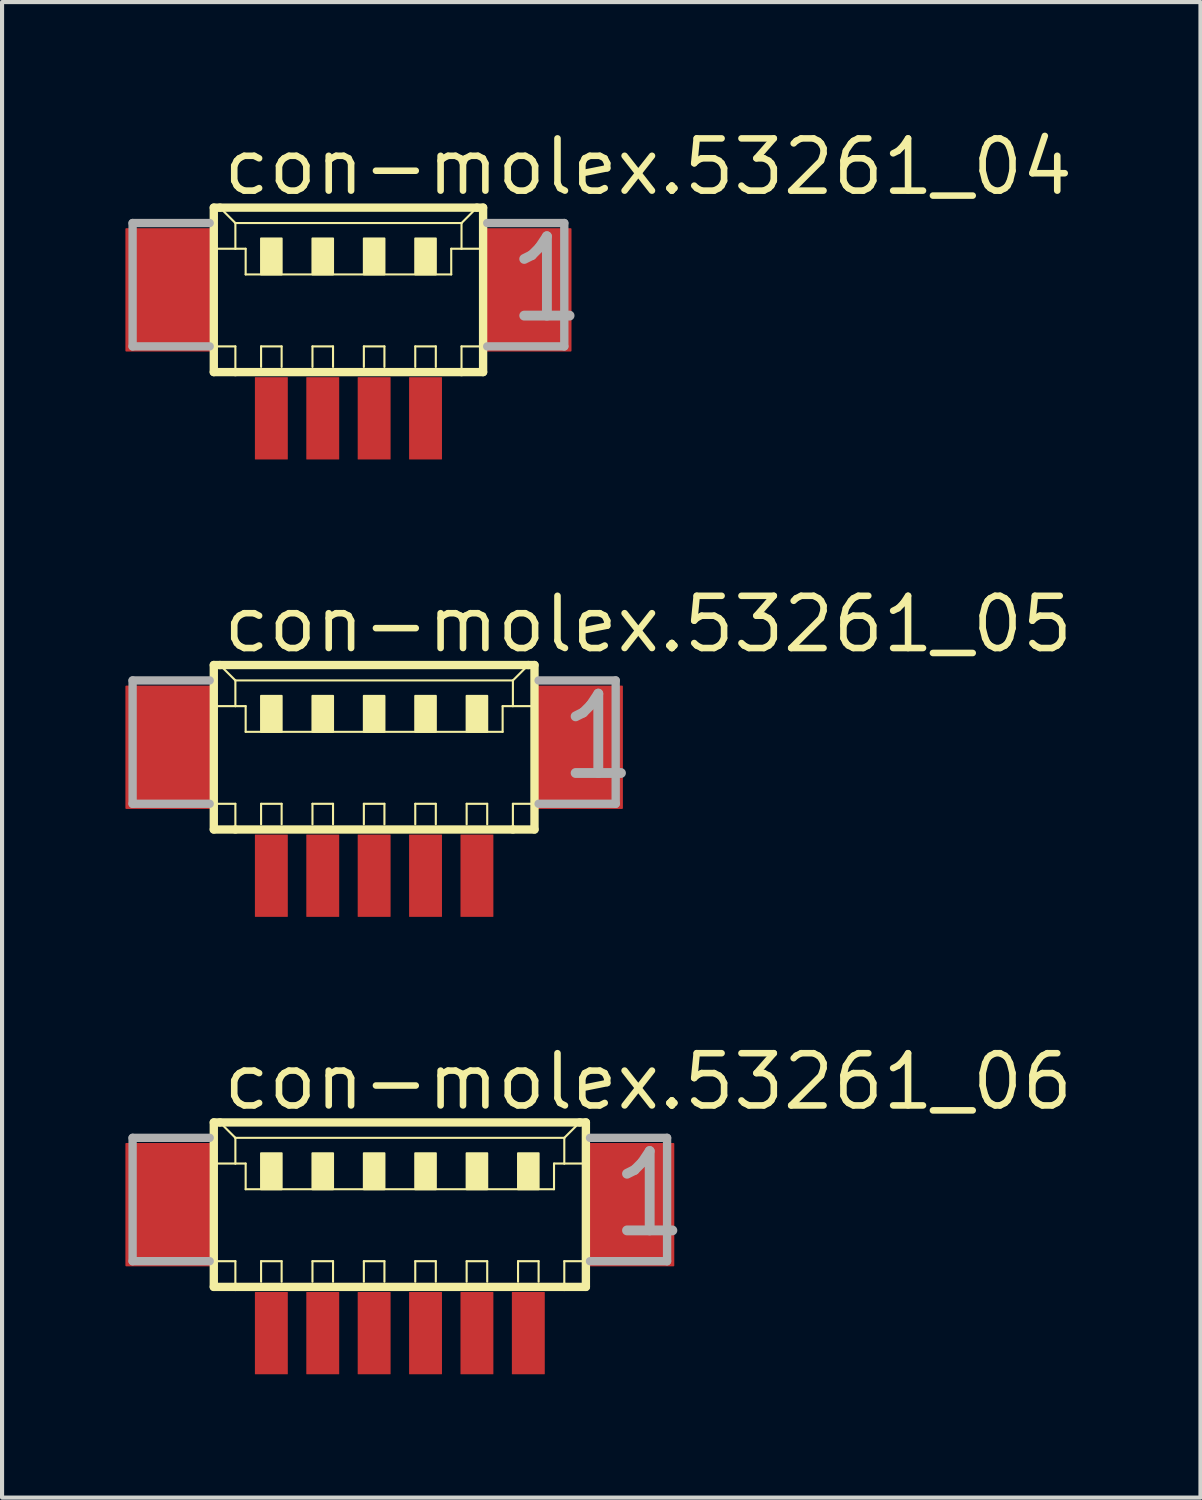
<source format=kicad_pcb>
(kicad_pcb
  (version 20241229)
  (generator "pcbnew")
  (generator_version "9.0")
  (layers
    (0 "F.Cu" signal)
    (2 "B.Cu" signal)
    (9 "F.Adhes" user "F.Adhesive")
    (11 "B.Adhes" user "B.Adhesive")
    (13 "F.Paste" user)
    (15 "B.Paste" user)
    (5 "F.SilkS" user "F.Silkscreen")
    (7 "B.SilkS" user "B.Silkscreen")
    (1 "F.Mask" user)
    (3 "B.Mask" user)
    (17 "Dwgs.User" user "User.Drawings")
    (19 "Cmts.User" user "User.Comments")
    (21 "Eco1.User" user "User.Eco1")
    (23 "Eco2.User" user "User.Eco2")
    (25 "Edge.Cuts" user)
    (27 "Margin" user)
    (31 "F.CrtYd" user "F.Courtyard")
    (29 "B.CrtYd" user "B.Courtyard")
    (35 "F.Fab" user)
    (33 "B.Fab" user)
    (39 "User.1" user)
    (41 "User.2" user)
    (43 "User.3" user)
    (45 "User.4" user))
  (footprint "con-molex.53261_04"
    (layer "F.Cu")
    (at 5.425 4.625)
    (property "Reference" "con-molex.53261_04" (at -3.125 -2.875 0) (layer "F.SilkS") (effects (font (size 1.27 1.27) (thickness 0.16)) (justify left bottom)))
    (attr smd)
    (fp_line (start -3.275 -2.625) (end -3.275 1.375) (stroke (width 0.203) (type default)) (layer "F.SilkS"))
    (fp_line (start -3.275 1.375) (end -2.75 1.375) (stroke (width 0.203) (type default)) (layer "F.SilkS"))
    (fp_line (start -3.25 -1.625) (end -2.75 -1.625) (stroke (width 0.051) (type default)) (layer "F.SilkS"))
    (fp_line (start -3.25 0.75) (end -2.75 0.75) (stroke (width 0.051) (type default)) (layer "F.SilkS"))
    (fp_line (start -3.125 -2.625) (end -3.275 -2.625) (stroke (width 0.203) (type default)) (layer "F.SilkS"))
    (fp_line (start -2.75 -2.25) (end -3.125 -2.625) (stroke (width 0.051) (type default)) (layer "F.SilkS"))
    (fp_line (start -2.75 -2.25) (end 2.75 -2.25) (stroke (width 0.051) (type default)) (layer "F.SilkS"))
    (fp_line (start -2.75 -1.625) (end -2.75 -2.25) (stroke (width 0.051) (type default)) (layer "F.SilkS"))
    (fp_line (start -2.75 -1.625) (end -2.5 -1.625) (stroke (width 0.051) (type default)) (layer "F.SilkS"))
    (fp_line (start -2.75 0.75) (end -2.75 1.375) (stroke (width 0.051) (type default)) (layer "F.SilkS"))
    (fp_line (start -2.75 1.375) (end 2.75 1.375) (stroke (width 0.203) (type default)) (layer "F.SilkS"))
    (fp_line (start -2.5 -1.625) (end -2.5 -1) (stroke (width 0.051) (type default)) (layer "F.SilkS"))
    (fp_line (start -2.5 -1) (end 2.5 -1) (stroke (width 0.051) (type default)) (layer "F.SilkS"))
    (fp_line (start -2.125 0.75) (end -1.625 0.75) (stroke (width 0.051) (type default)) (layer "F.SilkS"))
    (fp_line (start -2.125 1.25) (end -2.125 0.75) (stroke (width 0.051) (type default)) (layer "F.SilkS"))
    (fp_line (start -1.625 0.75) (end -1.625 1.25) (stroke (width 0.051) (type default)) (layer "F.SilkS"))
    (fp_line (start -0.875 0.75) (end -0.375 0.75) (stroke (width 0.051) (type default)) (layer "F.SilkS"))
    (fp_line (start -0.875 1.25) (end -0.875 0.75) (stroke (width 0.051) (type default)) (layer "F.SilkS"))
    (fp_line (start -0.375 0.75) (end -0.375 1.25) (stroke (width 0.051) (type default)) (layer "F.SilkS"))
    (fp_line (start 0.375 0.75) (end 0.875 0.75) (stroke (width 0.051) (type default)) (layer "F.SilkS"))
    (fp_line (start 0.375 1.25) (end 0.375 0.75) (stroke (width 0.051) (type default)) (layer "F.SilkS"))
    (fp_line (start 0.875 0.75) (end 0.875 1.25) (stroke (width 0.051) (type default)) (layer "F.SilkS"))
    (fp_line (start 1.625 0.75) (end 2.125 0.75) (stroke (width 0.051) (type default)) (layer "F.SilkS"))
    (fp_line (start 1.625 1.25) (end 1.625 0.75) (stroke (width 0.051) (type default)) (layer "F.SilkS"))
    (fp_line (start 2.125 0.75) (end 2.125 1.25) (stroke (width 0.051) (type default)) (layer "F.SilkS"))
    (fp_line (start 2.5 -1.625) (end 2.5 -1) (stroke (width 0.051) (type default)) (layer "F.SilkS"))
    (fp_line (start 2.5 -1.625) (end 2.75 -1.625) (stroke (width 0.051) (type default)) (layer "F.SilkS"))
    (fp_line (start 2.75 -2.25) (end 2.75 -1.625) (stroke (width 0.051) (type default)) (layer "F.SilkS"))
    (fp_line (start 2.75 -2.25) (end 3.125 -2.625) (stroke (width 0.051) (type default)) (layer "F.SilkS"))
    (fp_line (start 2.75 -1.625) (end 3.25 -1.625) (stroke (width 0.051) (type default)) (layer "F.SilkS"))
    (fp_line (start 2.75 0.75) (end 2.75 1.375) (stroke (width 0.051) (type default)) (layer "F.SilkS"))
    (fp_line (start 2.75 0.75) (end 3.25 0.75) (stroke (width 0.051) (type default)) (layer "F.SilkS"))
    (fp_line (start 2.75 1.375) (end 3.275 1.375) (stroke (width 0.203) (type default)) (layer "F.SilkS"))
    (fp_line (start 3.125 -2.625) (end -3.125 -2.625) (stroke (width 0.203) (type default)) (layer "F.SilkS"))
    (fp_line (start 3.275 -2.625) (end 3.125 -2.625) (stroke (width 0.203) (type default)) (layer "F.SilkS"))
    (fp_line (start 3.275 1.375) (end 3.275 -2.625) (stroke (width 0.203) (type default)) (layer "F.SilkS"))
    (fp_rect (start -2.125 -1) (end -1.625 -1.875) (stroke (width 0.05) (type default)) (fill yes) (layer "F.SilkS"))
    (fp_rect (start -0.875 -1) (end -0.375 -1.875) (stroke (width 0.05) (type default)) (fill yes) (layer "F.SilkS"))
    (fp_rect (start 0.375 -1) (end 0.875 -1.875) (stroke (width 0.05) (type default)) (fill yes) (layer "F.SilkS"))
    (fp_rect (start 1.625 -1) (end 2.125 -1.875) (stroke (width 0.05) (type default)) (fill yes) (layer "F.SilkS"))
    (fp_line (start -5.25 -2.25) (end -5.25 0.75) (stroke (width 0.203) (type default)) (layer "F.Fab"))
    (fp_line (start -5.25 0.75) (end -3.375 0.75) (stroke (width 0.203) (type default)) (layer "F.Fab"))
    (fp_line (start -3.375 -2.25) (end -5.25 -2.25) (stroke (width 0.203) (type default)) (layer "F.Fab"))
    (fp_line (start 3.375 0.75) (end 5.25 0.75) (stroke (width 0.203) (type default)) (layer "F.Fab"))
    (fp_line (start 5.25 -2.25) (end 3.375 -2.25) (stroke (width 0.203) (type default)) (layer "F.Fab"))
    (fp_line (start 5.25 0.75) (end 5.25 -2.25) (stroke (width 0.203) (type default)) (layer "F.Fab"))
    (fp_text user "1" (at 3.75 0.25 0) (layer "F.Fab") (effects (font (size 1.93 1.93) (thickness 0.24)) (justify left bottom)))
    (pad "1" smd roundrect (at 1.875 2.5) (size 0.8 2) (layers "F.Cu" "F.Mask" "F.Paste") (roundrect_rratio 0.01))
    (pad "2" smd roundrect (at 0.625 2.5) (size 0.8 2) (layers "F.Cu" "F.Mask" "F.Paste") (roundrect_rratio 0.01))
    (pad "3" smd roundrect (at -0.625 2.5) (size 0.8 2) (layers "F.Cu" "F.Mask" "F.Paste") (roundrect_rratio 0.01))
    (pad "4" smd roundrect (at -1.875 2.5) (size 0.8 2) (layers "F.Cu" "F.Mask" "F.Paste") (roundrect_rratio 0.01))
    (pad "S1" smd roundrect (at 4.375 -0.625) (size 2.1 3) (layers "F.Cu" "F.Mask" "F.Paste") (roundrect_rratio 0.01))
    (pad "S2" smd roundrect (at -4.375 -0.625) (size 2.1 3) (layers "F.Cu" "F.Mask" "F.Paste") (roundrect_rratio 0.01)))
  (footprint "con-molex.53261_06"
    (layer "F.Cu")
    (at 6.675 26.875)
    (property "Reference" "con-molex.53261_06" (at -4.375 -2.875 0) (layer "F.SilkS") (effects (font (size 1.27 1.27) (thickness 0.16)) (justify left bottom)))
    (attr smd)
    (fp_line (start -4.525 -2.625) (end -4.525 1.375) (stroke (width 0.203) (type default)) (layer "F.SilkS"))
    (fp_line (start -4.525 1.375) (end -4 1.375) (stroke (width 0.203) (type default)) (layer "F.SilkS"))
    (fp_line (start -4.5 -1.625) (end -4 -1.625) (stroke (width 0.051) (type default)) (layer "F.SilkS"))
    (fp_line (start -4.5 0.75) (end -4 0.75) (stroke (width 0.051) (type default)) (layer "F.SilkS"))
    (fp_line (start -4.375 -2.625) (end -4.525 -2.625) (stroke (width 0.203) (type default)) (layer "F.SilkS"))
    (fp_line (start -4 -2.25) (end -4.375 -2.625) (stroke (width 0.051) (type default)) (layer "F.SilkS"))
    (fp_line (start -4 -2.25) (end 4 -2.25) (stroke (width 0.051) (type default)) (layer "F.SilkS"))
    (fp_line (start -4 -1.625) (end -4 -2.25) (stroke (width 0.051) (type default)) (layer "F.SilkS"))
    (fp_line (start -4 -1.625) (end -3.75 -1.625) (stroke (width 0.051) (type default)) (layer "F.SilkS"))
    (fp_line (start -4 0.75) (end -4 1.375) (stroke (width 0.051) (type default)) (layer "F.SilkS"))
    (fp_line (start -4 1.375) (end 4 1.375) (stroke (width 0.203) (type default)) (layer "F.SilkS"))
    (fp_line (start -3.75 -1.625) (end -3.75 -1) (stroke (width 0.051) (type default)) (layer "F.SilkS"))
    (fp_line (start -3.75 -1) (end 3.75 -1) (stroke (width 0.051) (type default)) (layer "F.SilkS"))
    (fp_line (start -3.375 0.75) (end -2.875 0.75) (stroke (width 0.051) (type default)) (layer "F.SilkS"))
    (fp_line (start -3.375 1.25) (end -3.375 0.75) (stroke (width 0.051) (type default)) (layer "F.SilkS"))
    (fp_line (start -2.875 0.75) (end -2.875 1.25) (stroke (width 0.051) (type default)) (layer "F.SilkS"))
    (fp_line (start -2.125 0.75) (end -1.625 0.75) (stroke (width 0.051) (type default)) (layer "F.SilkS"))
    (fp_line (start -2.125 1.25) (end -2.125 0.75) (stroke (width 0.051) (type default)) (layer "F.SilkS"))
    (fp_line (start -1.625 0.75) (end -1.625 1.25) (stroke (width 0.051) (type default)) (layer "F.SilkS"))
    (fp_line (start -0.875 0.75) (end -0.375 0.75) (stroke (width 0.051) (type default)) (layer "F.SilkS"))
    (fp_line (start -0.875 1.25) (end -0.875 0.75) (stroke (width 0.051) (type default)) (layer "F.SilkS"))
    (fp_line (start -0.375 0.75) (end -0.375 1.25) (stroke (width 0.051) (type default)) (layer "F.SilkS"))
    (fp_line (start 0.375 0.75) (end 0.875 0.75) (stroke (width 0.051) (type default)) (layer "F.SilkS"))
    (fp_line (start 0.375 1.25) (end 0.375 0.75) (stroke (width 0.051) (type default)) (layer "F.SilkS"))
    (fp_line (start 0.875 0.75) (end 0.875 1.25) (stroke (width 0.051) (type default)) (layer "F.SilkS"))
    (fp_line (start 1.625 0.75) (end 2.125 0.75) (stroke (width 0.051) (type default)) (layer "F.SilkS"))
    (fp_line (start 1.625 1.25) (end 1.625 0.75) (stroke (width 0.051) (type default)) (layer "F.SilkS"))
    (fp_line (start 2.125 0.75) (end 2.125 1.25) (stroke (width 0.051) (type default)) (layer "F.SilkS"))
    (fp_line (start 2.875 0.75) (end 3.375 0.75) (stroke (width 0.051) (type default)) (layer "F.SilkS"))
    (fp_line (start 2.875 1.25) (end 2.875 0.75) (stroke (width 0.051) (type default)) (layer "F.SilkS"))
    (fp_line (start 3.375 0.75) (end 3.375 1.25) (stroke (width 0.051) (type default)) (layer "F.SilkS"))
    (fp_line (start 3.75 -1.625) (end 3.75 -1) (stroke (width 0.051) (type default)) (layer "F.SilkS"))
    (fp_line (start 3.75 -1.625) (end 4 -1.625) (stroke (width 0.051) (type default)) (layer "F.SilkS"))
    (fp_line (start 4 -2.25) (end 4 -1.625) (stroke (width 0.051) (type default)) (layer "F.SilkS"))
    (fp_line (start 4 -2.25) (end 4.375 -2.625) (stroke (width 0.051) (type default)) (layer "F.SilkS"))
    (fp_line (start 4 -1.625) (end 4.5 -1.625) (stroke (width 0.051) (type default)) (layer "F.SilkS"))
    (fp_line (start 4 0.75) (end 4 1.375) (stroke (width 0.051) (type default)) (layer "F.SilkS"))
    (fp_line (start 4 0.75) (end 4.5 0.75) (stroke (width 0.051) (type default)) (layer "F.SilkS"))
    (fp_line (start 4 1.375) (end 4.525 1.375) (stroke (width 0.203) (type default)) (layer "F.SilkS"))
    (fp_line (start 4.375 -2.625) (end -4.375 -2.625) (stroke (width 0.203) (type default)) (layer "F.SilkS"))
    (fp_line (start 4.525 -2.625) (end 4.375 -2.625) (stroke (width 0.203) (type default)) (layer "F.SilkS"))
    (fp_line (start 4.525 1.375) (end 4.525 -2.625) (stroke (width 0.203) (type default)) (layer "F.SilkS"))
    (fp_rect (start -3.375 -1) (end -2.875 -1.875) (stroke (width 0.05) (type default)) (fill yes) (layer "F.SilkS"))
    (fp_rect (start -2.125 -1) (end -1.625 -1.875) (stroke (width 0.05) (type default)) (fill yes) (layer "F.SilkS"))
    (fp_rect (start -0.875 -1) (end -0.375 -1.875) (stroke (width 0.05) (type default)) (fill yes) (layer "F.SilkS"))
    (fp_rect (start 0.375 -1) (end 0.875 -1.875) (stroke (width 0.05) (type default)) (fill yes) (layer "F.SilkS"))
    (fp_rect (start 1.625 -1) (end 2.125 -1.875) (stroke (width 0.05) (type default)) (fill yes) (layer "F.SilkS"))
    (fp_rect (start 2.875 -1) (end 3.375 -1.875) (stroke (width 0.05) (type default)) (fill yes) (layer "F.SilkS"))
    (fp_line (start -6.5 -2.25) (end -6.5 0.75) (stroke (width 0.203) (type default)) (layer "F.Fab"))
    (fp_line (start -6.5 0.75) (end -4.625 0.75) (stroke (width 0.203) (type default)) (layer "F.Fab"))
    (fp_line (start -4.625 -2.25) (end -6.5 -2.25) (stroke (width 0.203) (type default)) (layer "F.Fab"))
    (fp_line (start 4.625 0.75) (end 6.5 0.75) (stroke (width 0.203) (type default)) (layer "F.Fab"))
    (fp_line (start 6.5 -2.25) (end 4.625 -2.25) (stroke (width 0.203) (type default)) (layer "F.Fab"))
    (fp_line (start 6.5 0.75) (end 6.5 -2.25) (stroke (width 0.203) (type default)) (layer "F.Fab"))
    (fp_text user "1" (at 5 0.25 0) (layer "F.Fab") (effects (font (size 1.93 1.93) (thickness 0.24)) (justify left bottom)))
    (pad "1" smd roundrect (at 3.125 2.5) (size 0.8 2) (layers "F.Cu" "F.Mask" "F.Paste") (roundrect_rratio 0.01))
    (pad "2" smd roundrect (at 1.875 2.5) (size 0.8 2) (layers "F.Cu" "F.Mask" "F.Paste") (roundrect_rratio 0.01))
    (pad "3" smd roundrect (at 0.625 2.5) (size 0.8 2) (layers "F.Cu" "F.Mask" "F.Paste") (roundrect_rratio 0.01))
    (pad "4" smd roundrect (at -0.625 2.5) (size 0.8 2) (layers "F.Cu" "F.Mask" "F.Paste") (roundrect_rratio 0.01))
    (pad "5" smd roundrect (at -1.875 2.5) (size 0.8 2) (layers "F.Cu" "F.Mask" "F.Paste") (roundrect_rratio 0.01))
    (pad "6" smd roundrect (at -3.125 2.5) (size 0.8 2) (layers "F.Cu" "F.Mask" "F.Paste") (roundrect_rratio 0.01))
    (pad "S1" smd roundrect (at 5.625 -0.625) (size 2.1 3) (layers "F.Cu" "F.Mask" "F.Paste") (roundrect_rratio 0.01))
    (pad "S2" smd roundrect (at -5.625 -0.625) (size 2.1 3) (layers "F.Cu" "F.Mask" "F.Paste") (roundrect_rratio 0.01)))
  (footprint "con-molex.53261_05"
    (layer "F.Cu")
    (at 6.05 15.75)
    (property "Reference" "con-molex.53261_05" (at -3.75 -2.875 0) (layer "F.SilkS") (effects (font (size 1.27 1.27) (thickness 0.16)) (justify left bottom)))
    (attr smd)
    (fp_line (start -3.9 -2.625) (end -3.9 1.375) (stroke (width 0.203) (type default)) (layer "F.SilkS"))
    (fp_line (start -3.9 1.375) (end -3.375 1.375) (stroke (width 0.203) (type default)) (layer "F.SilkS"))
    (fp_line (start -3.875 -1.625) (end -3.375 -1.625) (stroke (width 0.051) (type default)) (layer "F.SilkS"))
    (fp_line (start -3.875 0.75) (end -3.375 0.75) (stroke (width 0.051) (type default)) (layer "F.SilkS"))
    (fp_line (start -3.75 -2.625) (end -3.9 -2.625) (stroke (width 0.203) (type default)) (layer "F.SilkS"))
    (fp_line (start -3.375 -2.25) (end -3.75 -2.625) (stroke (width 0.051) (type default)) (layer "F.SilkS"))
    (fp_line (start -3.375 -2.25) (end 3.375 -2.25) (stroke (width 0.051) (type default)) (layer "F.SilkS"))
    (fp_line (start -3.375 -1.625) (end -3.375 -2.25) (stroke (width 0.051) (type default)) (layer "F.SilkS"))
    (fp_line (start -3.375 -1.625) (end -3.125 -1.625) (stroke (width 0.051) (type default)) (layer "F.SilkS"))
    (fp_line (start -3.375 0.75) (end -3.375 1.375) (stroke (width 0.051) (type default)) (layer "F.SilkS"))
    (fp_line (start -3.375 1.375) (end 3.375 1.375) (stroke (width 0.203) (type default)) (layer "F.SilkS"))
    (fp_line (start -3.125 -1.625) (end -3.125 -1) (stroke (width 0.051) (type default)) (layer "F.SilkS"))
    (fp_line (start -3.125 -1) (end 3.125 -1) (stroke (width 0.051) (type default)) (layer "F.SilkS"))
    (fp_line (start -2.75 0.75) (end -2.25 0.75) (stroke (width 0.051) (type default)) (layer "F.SilkS"))
    (fp_line (start -2.75 1.25) (end -2.75 0.75) (stroke (width 0.051) (type default)) (layer "F.SilkS"))
    (fp_line (start -2.25 0.75) (end -2.25 1.25) (stroke (width 0.051) (type default)) (layer "F.SilkS"))
    (fp_line (start -1.5 0.75) (end -1 0.75) (stroke (width 0.051) (type default)) (layer "F.SilkS"))
    (fp_line (start -1.5 1.25) (end -1.5 0.75) (stroke (width 0.051) (type default)) (layer "F.SilkS"))
    (fp_line (start -1 0.75) (end -1 1.25) (stroke (width 0.051) (type default)) (layer "F.SilkS"))
    (fp_line (start -0.25 0.75) (end 0.25 0.75) (stroke (width 0.051) (type default)) (layer "F.SilkS"))
    (fp_line (start -0.25 1.25) (end -0.25 0.75) (stroke (width 0.051) (type default)) (layer "F.SilkS"))
    (fp_line (start 0.25 0.75) (end 0.25 1.25) (stroke (width 0.051) (type default)) (layer "F.SilkS"))
    (fp_line (start 1 0.75) (end 1.5 0.75) (stroke (width 0.051) (type default)) (layer "F.SilkS"))
    (fp_line (start 1 1.25) (end 1 0.75) (stroke (width 0.051) (type default)) (layer "F.SilkS"))
    (fp_line (start 1.5 0.75) (end 1.5 1.25) (stroke (width 0.051) (type default)) (layer "F.SilkS"))
    (fp_line (start 2.25 0.75) (end 2.75 0.75) (stroke (width 0.051) (type default)) (layer "F.SilkS"))
    (fp_line (start 2.25 1.25) (end 2.25 0.75) (stroke (width 0.051) (type default)) (layer "F.SilkS"))
    (fp_line (start 2.75 0.75) (end 2.75 1.25) (stroke (width 0.051) (type default)) (layer "F.SilkS"))
    (fp_line (start 3.125 -1.625) (end 3.125 -1) (stroke (width 0.051) (type default)) (layer "F.SilkS"))
    (fp_line (start 3.125 -1.625) (end 3.375 -1.625) (stroke (width 0.051) (type default)) (layer "F.SilkS"))
    (fp_line (start 3.375 -2.25) (end 3.375 -1.625) (stroke (width 0.051) (type default)) (layer "F.SilkS"))
    (fp_line (start 3.375 -2.25) (end 3.75 -2.625) (stroke (width 0.051) (type default)) (layer "F.SilkS"))
    (fp_line (start 3.375 -1.625) (end 3.875 -1.625) (stroke (width 0.051) (type default)) (layer "F.SilkS"))
    (fp_line (start 3.375 0.75) (end 3.375 1.375) (stroke (width 0.051) (type default)) (layer "F.SilkS"))
    (fp_line (start 3.375 0.75) (end 3.875 0.75) (stroke (width 0.051) (type default)) (layer "F.SilkS"))
    (fp_line (start 3.375 1.375) (end 3.9 1.375) (stroke (width 0.203) (type default)) (layer "F.SilkS"))
    (fp_line (start 3.75 -2.625) (end -3.75 -2.625) (stroke (width 0.203) (type default)) (layer "F.SilkS"))
    (fp_line (start 3.9 -2.625) (end 3.75 -2.625) (stroke (width 0.203) (type default)) (layer "F.SilkS"))
    (fp_line (start 3.9 1.375) (end 3.9 -2.625) (stroke (width 0.203) (type default)) (layer "F.SilkS"))
    (fp_rect (start -2.75 -1) (end -2.25 -1.875) (stroke (width 0.05) (type default)) (fill yes) (layer "F.SilkS"))
    (fp_rect (start -1.5 -1) (end -1 -1.875) (stroke (width 0.05) (type default)) (fill yes) (layer "F.SilkS"))
    (fp_rect (start -0.25 -1) (end 0.25 -1.875) (stroke (width 0.05) (type default)) (fill yes) (layer "F.SilkS"))
    (fp_rect (start 1 -1) (end 1.5 -1.875) (stroke (width 0.05) (type default)) (fill yes) (layer "F.SilkS"))
    (fp_rect (start 2.25 -1) (end 2.75 -1.875) (stroke (width 0.05) (type default)) (fill yes) (layer "F.SilkS"))
    (fp_line (start -5.875 -2.25) (end -5.875 0.75) (stroke (width 0.203) (type default)) (layer "F.Fab"))
    (fp_line (start -5.875 0.75) (end -4 0.75) (stroke (width 0.203) (type default)) (layer "F.Fab"))
    (fp_line (start -4 -2.25) (end -5.875 -2.25) (stroke (width 0.203) (type default)) (layer "F.Fab"))
    (fp_line (start 4 0.75) (end 5.875 0.75) (stroke (width 0.203) (type default)) (layer "F.Fab"))
    (fp_line (start 5.875 -2.25) (end 4 -2.25) (stroke (width 0.203) (type default)) (layer "F.Fab"))
    (fp_line (start 5.875 0.75) (end 5.875 -2.25) (stroke (width 0.203) (type default)) (layer "F.Fab"))
    (fp_text user "1" (at 4.375 0.25 0) (layer "F.Fab") (effects (font (size 1.93 1.93) (thickness 0.24)) (justify left bottom)))
    (pad "1" smd roundrect (at 2.5 2.5) (size 0.8 2) (layers "F.Cu" "F.Mask" "F.Paste") (roundrect_rratio 0.01))
    (pad "2" smd roundrect (at 1.25 2.5) (size 0.8 2) (layers "F.Cu" "F.Mask" "F.Paste") (roundrect_rratio 0.01))
    (pad "3" smd roundrect (at 0 2.5) (size 0.8 2) (layers "F.Cu" "F.Mask" "F.Paste") (roundrect_rratio 0.01))
    (pad "4" smd roundrect (at -1.25 2.5) (size 0.8 2) (layers "F.Cu" "F.Mask" "F.Paste") (roundrect_rratio 0.01))
    (pad "5" smd roundrect (at -2.5 2.5) (size 0.8 2) (layers "F.Cu" "F.Mask" "F.Paste") (roundrect_rratio 0.01))
    (pad "S1" smd roundrect (at 5 -0.625) (size 2.1 3) (layers "F.Cu" "F.Mask" "F.Paste") (roundrect_rratio 0.01))
    (pad "S2" smd roundrect (at -5 -0.625) (size 2.1 3) (layers "F.Cu" "F.Mask" "F.Paste") (roundrect_rratio 0.01)))
  (gr_rect
    (start -3 -3)
    (end 26.148 33.375)
    (stroke (width 0.1) (type default))
    (fill no)
    (layer "Edge.Cuts")))
</source>
